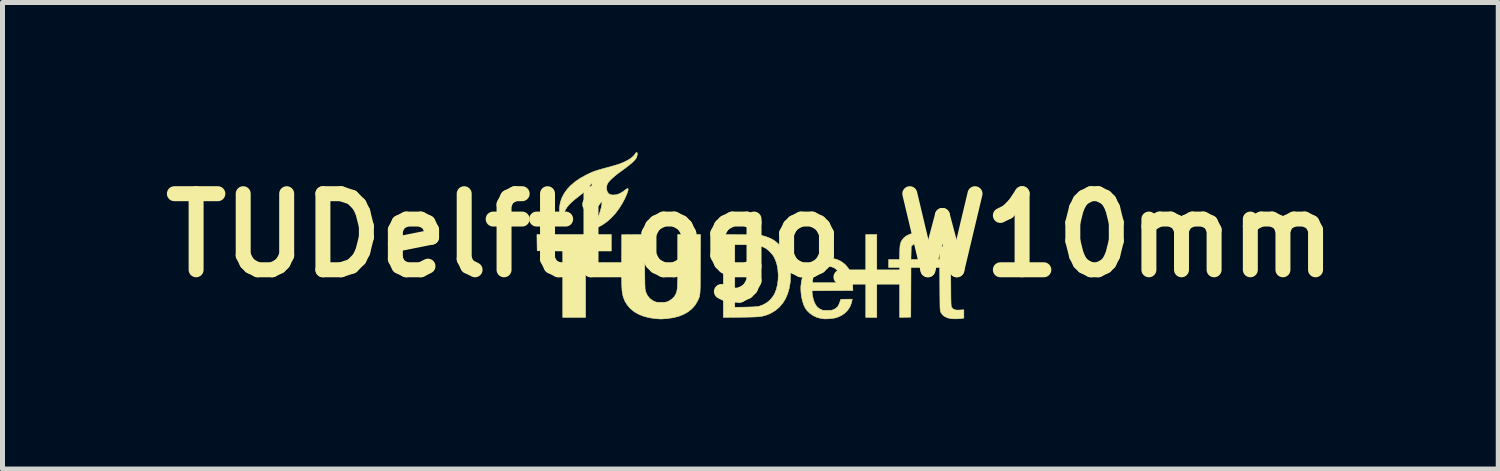
<source format=kicad_pcb>
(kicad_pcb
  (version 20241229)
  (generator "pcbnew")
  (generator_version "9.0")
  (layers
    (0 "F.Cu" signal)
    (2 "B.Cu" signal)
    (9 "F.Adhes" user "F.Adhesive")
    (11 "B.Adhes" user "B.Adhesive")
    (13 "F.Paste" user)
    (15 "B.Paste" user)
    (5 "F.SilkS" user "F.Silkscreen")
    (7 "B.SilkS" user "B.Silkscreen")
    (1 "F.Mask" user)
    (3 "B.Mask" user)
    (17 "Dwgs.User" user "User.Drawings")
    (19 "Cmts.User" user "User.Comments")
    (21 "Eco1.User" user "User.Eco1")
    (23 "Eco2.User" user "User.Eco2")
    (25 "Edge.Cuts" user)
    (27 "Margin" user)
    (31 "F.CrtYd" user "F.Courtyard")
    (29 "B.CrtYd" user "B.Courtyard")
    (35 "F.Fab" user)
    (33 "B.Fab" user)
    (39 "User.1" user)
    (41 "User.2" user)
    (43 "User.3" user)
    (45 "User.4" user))
  (footprint "TUDelftLogo_W10mm"
    (layer "F.Cu")
    (at 11.982 1.665)
    (property "Reference" "TUDelftLogo_W10mm" (at 0 0 0) (layer "F.SilkS") (effects (font (size 1.524 1.524) (thickness 0.3))))
    (attr through_hole)
    (fp_poly (pts (xy 2.532 1.643) (xy 2.311 1.643) (xy 2.311 -0.017) (xy 2.532 -0.017) (xy 2.532 1.643)) (stroke (width 0.01) (type solid)) (fill yes) (layer "F.SilkS"))
    (fp_poly (pts (xy -2.786 0.313) (xy -3.302 0.313) (xy -3.302 1.643) (xy -3.759 1.643) (xy -3.759 0.314) (xy -4.015 0.311) (xy -4.271 0.309) (xy -4.274 0.146) (xy -4.276 -0.017) (xy -2.786 -0.017) (xy -2.786 0.313)) (stroke (width 0.01) (type solid)) (fill yes) (layer "F.SilkS"))
    (fp_poly (pts (xy 3.419 -0.044) (xy 3.426 -0.043) (xy 3.463 -0.037) (xy 3.489 -0.031) (xy 3.504 -0.023) (xy 3.511 -0.009) (xy 3.514 0.015) (xy 3.514 0.05) (xy 3.514 0.068) (xy 3.514 0.161) (xy 3.44 0.155) (xy 3.369 0.154) (xy 3.313 0.161) (xy 3.27 0.177) (xy 3.246 0.196) (xy 3.222 0.221) (xy 3.219 0.352) (xy 3.216 0.482) (xy 3.346 0.484) (xy 3.476 0.487) (xy 3.478 0.565) (xy 3.48 0.643) (xy 3.217 0.643) (xy 3.215 1.141) (xy 3.213 1.638) (xy 3.101 1.641) (xy 2.989 1.643) (xy 2.989 0.643) (xy 2.769 0.643) (xy 2.769 0.483) (xy 2.987 0.483) (xy 2.991 0.337) (xy 2.993 0.274) (xy 2.996 0.225) (xy 3.001 0.187) (xy 3.009 0.156) (xy 3.019 0.128) (xy 3.034 0.102) (xy 3.048 0.081) (xy 3.088 0.037) (xy 3.14 0.001) (xy 3.202 -0.026) (xy 3.271 -0.043) (xy 3.344 -0.049) (xy 3.419 -0.044)) (stroke (width 0.01) (type solid)) (fill yes) (layer "F.SilkS"))
    (fp_poly (pts (xy 4.009 0.186) (xy 4.011 0.208) (xy 4.012 0.242) (xy 4.013 0.285) (xy 4.013 0.33) (xy 4.013 0.482) (xy 4.147 0.485) (xy 4.28 0.487) (xy 4.282 0.565) (xy 4.285 0.643) (xy 4.013 0.643) (xy 4.015 1.032) (xy 4.016 1.124) (xy 4.016 1.2) (xy 4.017 1.262) (xy 4.018 1.311) (xy 4.019 1.35) (xy 4.02 1.38) (xy 4.022 1.402) (xy 4.024 1.417) (xy 4.026 1.428) (xy 4.029 1.436) (xy 4.033 1.443) (xy 4.035 1.445) (xy 4.057 1.469) (xy 4.082 1.485) (xy 4.114 1.494) (xy 4.156 1.497) (xy 4.193 1.495) (xy 4.276 1.491) (xy 4.276 1.657) (xy 4.251 1.662) (xy 4.215 1.667) (xy 4.169 1.67) (xy 4.119 1.672) (xy 4.07 1.671) (xy 4.029 1.669) (xy 4.022 1.668) (xy 3.951 1.653) (xy 3.895 1.628) (xy 3.851 1.594) (xy 3.819 1.55) (xy 3.815 1.541) (xy 3.811 1.532) (xy 3.808 1.522) (xy 3.805 1.51) (xy 3.803 1.495) (xy 3.801 1.474) (xy 3.799 1.447) (xy 3.798 1.412) (xy 3.797 1.367) (xy 3.797 1.311) (xy 3.796 1.242) (xy 3.795 1.159) (xy 3.795 1.073) (xy 3.792 0.643) (xy 3.598 0.643) (xy 3.598 0.483) (xy 3.793 0.483) (xy 3.795 0.362) (xy 3.797 0.242) (xy 3.899 0.21) (xy 3.938 0.198) (xy 3.971 0.188) (xy 3.995 0.181) (xy 4.007 0.178) (xy 4.007 0.178) (xy 4.009 0.186)) (stroke (width 0.01) (type solid)) (fill yes) (layer "F.SilkS"))
    (fp_poly (pts (xy -0.184 -0.014) (xy -0.092 -0.013) (xy -0.014 -0.012) (xy 0.05 -0.011) (xy 0.104 -0.009) (xy 0.148 -0.006) (xy 0.184 -0.003) (xy 0.216 0.001) (xy 0.244 0.006) (xy 0.27 0.013) (xy 0.297 0.021) (xy 0.326 0.031) (xy 0.332 0.033) (xy 0.407 0.063) (xy 0.472 0.1) (xy 0.534 0.147) (xy 0.581 0.191) (xy 0.615 0.226) (xy 0.641 0.254) (xy 0.661 0.282) (xy 0.68 0.313) (xy 0.7 0.354) (xy 0.706 0.364) (xy 0.749 0.466) (xy 0.779 0.569) (xy 0.797 0.677) (xy 0.804 0.794) (xy 0.804 0.814) (xy 0.798 0.941) (xy 0.778 1.059) (xy 0.746 1.169) (xy 0.703 1.269) (xy 0.647 1.358) (xy 0.581 1.436) (xy 0.504 1.502) (xy 0.417 1.555) (xy 0.374 1.575) (xy 0.34 1.589) (xy 0.308 1.601) (xy 0.276 1.61) (xy 0.243 1.618) (xy 0.206 1.624) (xy 0.164 1.629) (xy 0.115 1.633) (xy 0.056 1.635) (xy -0.014 1.637) (xy -0.097 1.639) (xy -0.193 1.64) (xy -0.542 1.644) (xy -0.542 1.441) (xy -0.313 1.441) (xy -0.095 1.437) (xy -0.018 1.435) (xy 0.044 1.433) (xy 0.094 1.43) (xy 0.132 1.427) (xy 0.161 1.422) (xy 0.176 1.419) (xy 0.256 1.39) (xy 0.331 1.347) (xy 0.397 1.291) (xy 0.451 1.225) (xy 0.485 1.168) (xy 0.519 1.083) (xy 0.542 0.989) (xy 0.555 0.89) (xy 0.558 0.788) (xy 0.55 0.687) (xy 0.533 0.591) (xy 0.505 0.501) (xy 0.468 0.423) (xy 0.442 0.386) (xy 0.406 0.344) (xy 0.366 0.305) (xy 0.328 0.273) (xy 0.314 0.263) (xy 0.287 0.248) (xy 0.25 0.231) (xy 0.212 0.216) (xy 0.207 0.215) (xy 0.187 0.208) (xy 0.168 0.202) (xy 0.149 0.198) (xy 0.127 0.195) (xy 0.101 0.193) (xy 0.066 0.191) (xy 0.021 0.19) (xy -0.036 0.189) (xy -0.087 0.188) (xy -0.313 0.185) (xy -0.313 1.441) (xy -0.542 1.441) (xy -0.542 -0.018) (xy -0.184 -0.014)) (stroke (width 0.01) (type solid)) (fill yes) (layer "F.SilkS"))
    (fp_poly (pts (xy -2.117 0.506) (xy -2.116 0.6) (xy -2.116 0.69) (xy -2.116 0.775) (xy -2.115 0.853) (xy -2.114 0.921) (xy -2.113 0.98) (xy -2.111 1.027) (xy -2.11 1.059) (xy -2.109 1.077) (xy -2.109 1.077) (xy -2.089 1.151) (xy -2.056 1.215) (xy -2.01 1.268) (xy -1.952 1.309) (xy -1.932 1.319) (xy -1.909 1.329) (xy -1.888 1.336) (xy -1.865 1.34) (xy -1.834 1.341) (xy -1.792 1.342) (xy -1.786 1.342) (xy -1.742 1.342) (xy -1.711 1.34) (xy -1.687 1.336) (xy -1.666 1.33) (xy -1.644 1.321) (xy -1.642 1.32) (xy -1.58 1.282) (xy -1.531 1.235) (xy -1.504 1.195) (xy -1.495 1.177) (xy -1.487 1.16) (xy -1.48 1.142) (xy -1.475 1.122) (xy -1.47 1.098) (xy -1.466 1.07) (xy -1.463 1.035) (xy -1.461 0.992) (xy -1.459 0.941) (xy -1.458 0.879) (xy -1.457 0.805) (xy -1.457 0.719) (xy -1.456 0.618) (xy -1.456 0.51) (xy -1.456 -0.017) (xy -0.999 -0.017) (xy -1.001 0.574) (xy -1.002 0.691) (xy -1.002 0.794) (xy -1.003 0.882) (xy -1.003 0.956) (xy -1.004 1.02) (xy -1.006 1.073) (xy -1.008 1.117) (xy -1.01 1.153) (xy -1.014 1.183) (xy -1.018 1.208) (xy -1.023 1.23) (xy -1.029 1.248) (xy -1.036 1.266) (xy -1.044 1.285) (xy -1.054 1.304) (xy -1.059 1.315) (xy -1.108 1.397) (xy -1.17 1.468) (xy -1.245 1.529) (xy -1.333 1.58) (xy -1.433 1.62) (xy -1.544 1.649) (xy -1.666 1.666) (xy -1.682 1.668) (xy -1.729 1.671) (xy -1.764 1.674) (xy -1.792 1.675) (xy -1.819 1.674) (xy -1.849 1.672) (xy -1.887 1.669) (xy -1.905 1.667) (xy -2.026 1.65) (xy -2.137 1.621) (xy -2.236 1.582) (xy -2.324 1.532) (xy -2.4 1.471) (xy -2.462 1.401) (xy -2.512 1.322) (xy -2.542 1.247) (xy -2.55 1.221) (xy -2.557 1.194) (xy -2.563 1.164) (xy -2.568 1.13) (xy -2.572 1.091) (xy -2.575 1.045) (xy -2.577 0.991) (xy -2.579 0.927) (xy -2.58 0.853) (xy -2.581 0.767) (xy -2.581 0.667) (xy -2.581 0.552) (xy -2.581 0.483) (xy -2.578 -0.013) (xy -2.117 -0.017) (xy -2.117 0.506)) (stroke (width 0.01) (type solid)) (fill yes) (layer "F.SilkS"))
    (fp_poly (pts (xy 1.645 0.461) (xy 1.73 0.481) (xy 1.807 0.516) (xy 1.876 0.565) (xy 1.906 0.592) (xy 1.955 0.65) (xy 1.994 0.714) (xy 2.022 0.786) (xy 2.04 0.868) (xy 2.049 0.963) (xy 2.05 0.996) (xy 2.053 1.105) (xy 1.645 1.107) (xy 1.236 1.109) (xy 1.236 1.137) (xy 1.24 1.182) (xy 1.25 1.235) (xy 1.263 1.288) (xy 1.279 1.335) (xy 1.285 1.349) (xy 1.31 1.396) (xy 1.337 1.432) (xy 1.369 1.459) (xy 1.398 1.478) (xy 1.42 1.489) (xy 1.438 1.496) (xy 1.459 1.5) (xy 1.485 1.502) (xy 1.523 1.503) (xy 1.537 1.503) (xy 1.58 1.502) (xy 1.611 1.501) (xy 1.635 1.497) (xy 1.656 1.49) (xy 1.677 1.481) (xy 1.71 1.462) (xy 1.738 1.439) (xy 1.747 1.429) (xy 1.762 1.405) (xy 1.778 1.373) (xy 1.791 1.339) (xy 1.801 1.309) (xy 1.803 1.291) (xy 1.806 1.286) (xy 1.814 1.283) (xy 1.831 1.28) (xy 1.859 1.279) (xy 1.9 1.279) (xy 1.922 1.278) (xy 2.041 1.278) (xy 2.036 1.302) (xy 2.025 1.347) (xy 2.015 1.381) (xy 2.003 1.41) (xy 1.988 1.441) (xy 1.987 1.443) (xy 1.944 1.506) (xy 1.888 1.561) (xy 1.821 1.606) (xy 1.745 1.64) (xy 1.693 1.655) (xy 1.658 1.661) (xy 1.616 1.666) (xy 1.57 1.67) (xy 1.526 1.673) (xy 1.489 1.673) (xy 1.465 1.671) (xy 1.445 1.668) (xy 1.416 1.663) (xy 1.393 1.659) (xy 1.323 1.639) (xy 1.254 1.605) (xy 1.191 1.561) (xy 1.137 1.509) (xy 1.098 1.455) (xy 1.067 1.39) (xy 1.042 1.312) (xy 1.024 1.228) (xy 1.013 1.14) (xy 1.01 1.053) (xy 1.011 1.017) (xy 1.02 0.948) (xy 1.245 0.948) (xy 1.822 0.948) (xy 1.816 0.9) (xy 1.8 0.819) (xy 1.774 0.752) (xy 1.738 0.698) (xy 1.693 0.659) (xy 1.637 0.633) (xy 1.571 0.62) (xy 1.513 0.62) (xy 1.446 0.632) (xy 1.386 0.659) (xy 1.336 0.701) (xy 1.295 0.756) (xy 1.286 0.772) (xy 1.268 0.814) (xy 1.254 0.86) (xy 1.246 0.902) (xy 1.245 0.921) (xy 1.245 0.948) (xy 1.02 0.948) (xy 1.026 0.906) (xy 1.052 0.806) (xy 1.091 0.718) (xy 1.142 0.64) (xy 1.182 0.595) (xy 1.245 0.54) (xy 1.313 0.5) (xy 1.389 0.473) (xy 1.474 0.458) (xy 1.549 0.454) (xy 1.645 0.461)) (stroke (width 0.01) (type solid)) (fill yes) (layer "F.SilkS"))
    (fp_poly (pts (xy -2.273 -1.658) (xy -2.266 -1.65) (xy -2.264 -1.632) (xy -2.269 -1.602) (xy -2.273 -1.587) (xy -2.281 -1.562) (xy -2.292 -1.541) (xy -2.309 -1.519) (xy -2.333 -1.492) (xy -2.352 -1.473) (xy -2.38 -1.447) (xy -2.419 -1.415) (xy -2.465 -1.379) (xy -2.514 -1.341) (xy -2.564 -1.305) (xy -2.565 -1.304) (xy -2.641 -1.249) (xy -2.708 -1.196) (xy -2.765 -1.146) (xy -2.812 -1.101) (xy -2.846 -1.061) (xy -2.866 -1.029) (xy -2.877 -0.991) (xy -2.881 -0.948) (xy -2.877 -0.906) (xy -2.865 -0.872) (xy -2.865 -0.871) (xy -2.842 -0.84) (xy -2.816 -0.821) (xy -2.781 -0.811) (xy -2.74 -0.809) (xy -2.678 -0.816) (xy -2.616 -0.838) (xy -2.553 -0.876) (xy -2.521 -0.9) (xy -2.488 -0.925) (xy -2.465 -0.938) (xy -2.452 -0.937) (xy -2.448 -0.923) (xy -2.453 -0.895) (xy -2.466 -0.853) (xy -2.469 -0.845) (xy -2.511 -0.746) (xy -2.565 -0.643) (xy -2.628 -0.543) (xy -2.697 -0.45) (xy -2.705 -0.44) (xy -2.793 -0.345) (xy -2.884 -0.266) (xy -2.978 -0.202) (xy -3.074 -0.155) (xy -3.124 -0.137) (xy -3.162 -0.128) (xy -3.201 -0.12) (xy -3.239 -0.115) (xy -3.272 -0.112) (xy -3.295 -0.113) (xy -3.306 -0.118) (xy -3.309 -0.128) (xy -3.303 -0.138) (xy -3.285 -0.15) (xy -3.255 -0.166) (xy -3.249 -0.168) (xy -3.199 -0.199) (xy -3.149 -0.241) (xy -3.103 -0.291) (xy -3.064 -0.344) (xy -3.053 -0.365) (xy -3.037 -0.399) (xy -3.022 -0.44) (xy -3.007 -0.485) (xy -2.995 -0.531) (xy -2.984 -0.575) (xy -2.977 -0.615) (xy -2.974 -0.646) (xy -2.975 -0.666) (xy -2.979 -0.672) (xy -2.987 -0.669) (xy -3 -0.654) (xy -3.008 -0.641) (xy -3.038 -0.6) (xy -3.077 -0.561) (xy -3.121 -0.527) (xy -3.166 -0.501) (xy -3.208 -0.486) (xy -3.234 -0.483) (xy -3.277 -0.49) (xy -3.313 -0.512) (xy -3.341 -0.545) (xy -3.358 -0.585) (xy -3.361 -0.616) (xy -3.36 -0.64) (xy -3.355 -0.663) (xy -3.345 -0.689) (xy -3.328 -0.72) (xy -3.304 -0.76) (xy -3.285 -0.787) (xy -3.248 -0.846) (xy -3.219 -0.895) (xy -3.199 -0.937) (xy -3.184 -0.975) (xy -3.178 -0.994) (xy -3.172 -1.025) (xy -3.172 -1.04) (xy -3.18 -1.04) (xy -3.194 -1.025) (xy -3.216 -0.995) (xy -3.221 -0.987) (xy -3.247 -0.952) (xy -3.281 -0.915) (xy -3.324 -0.875) (xy -3.379 -0.829) (xy -3.445 -0.777) (xy -3.454 -0.77) (xy -3.528 -0.712) (xy -3.589 -0.658) (xy -3.637 -0.609) (xy -3.674 -0.563) (xy -3.702 -0.518) (xy -3.706 -0.511) (xy -3.719 -0.483) (xy -3.728 -0.46) (xy -3.734 -0.437) (xy -3.738 -0.408) (xy -3.741 -0.369) (xy -3.743 -0.342) (xy -3.747 -0.286) (xy -3.753 -0.247) (xy -3.761 -0.224) (xy -3.77 -0.218) (xy -3.779 -0.23) (xy -3.79 -0.258) (xy -3.801 -0.303) (xy -3.809 -0.341) (xy -3.824 -0.454) (xy -3.824 -0.56) (xy -3.808 -0.659) (xy -3.777 -0.752) (xy -3.73 -0.841) (xy -3.667 -0.927) (xy -3.608 -0.991) (xy -3.515 -1.071) (xy -3.408 -1.145) (xy -3.286 -1.212) (xy -3.272 -1.219) (xy -3.228 -1.24) (xy -3.189 -1.258) (xy -3.152 -1.273) (xy -3.116 -1.287) (xy -3.076 -1.3) (xy -3.03 -1.314) (xy -2.975 -1.33) (xy -2.907 -1.348) (xy -2.882 -1.355) (xy -2.823 -1.371) (xy -2.764 -1.388) (xy -2.709 -1.404) (xy -2.662 -1.418) (xy -2.627 -1.429) (xy -2.618 -1.432) (xy -2.536 -1.465) (xy -2.462 -1.502) (xy -2.398 -1.542) (xy -2.347 -1.585) (xy -2.31 -1.628) (xy -2.299 -1.646) (xy -2.286 -1.66) (xy -2.273 -1.658)) (stroke (width 0.01) (type solid)) (fill yes) (layer "F.SilkS")))
  (gr_rect
    (start -3 -3)
    (end 26.963 6.345)
    (stroke (width 0.1) (type default))
    (fill no)
    (layer "Edge.Cuts")))
</source>
